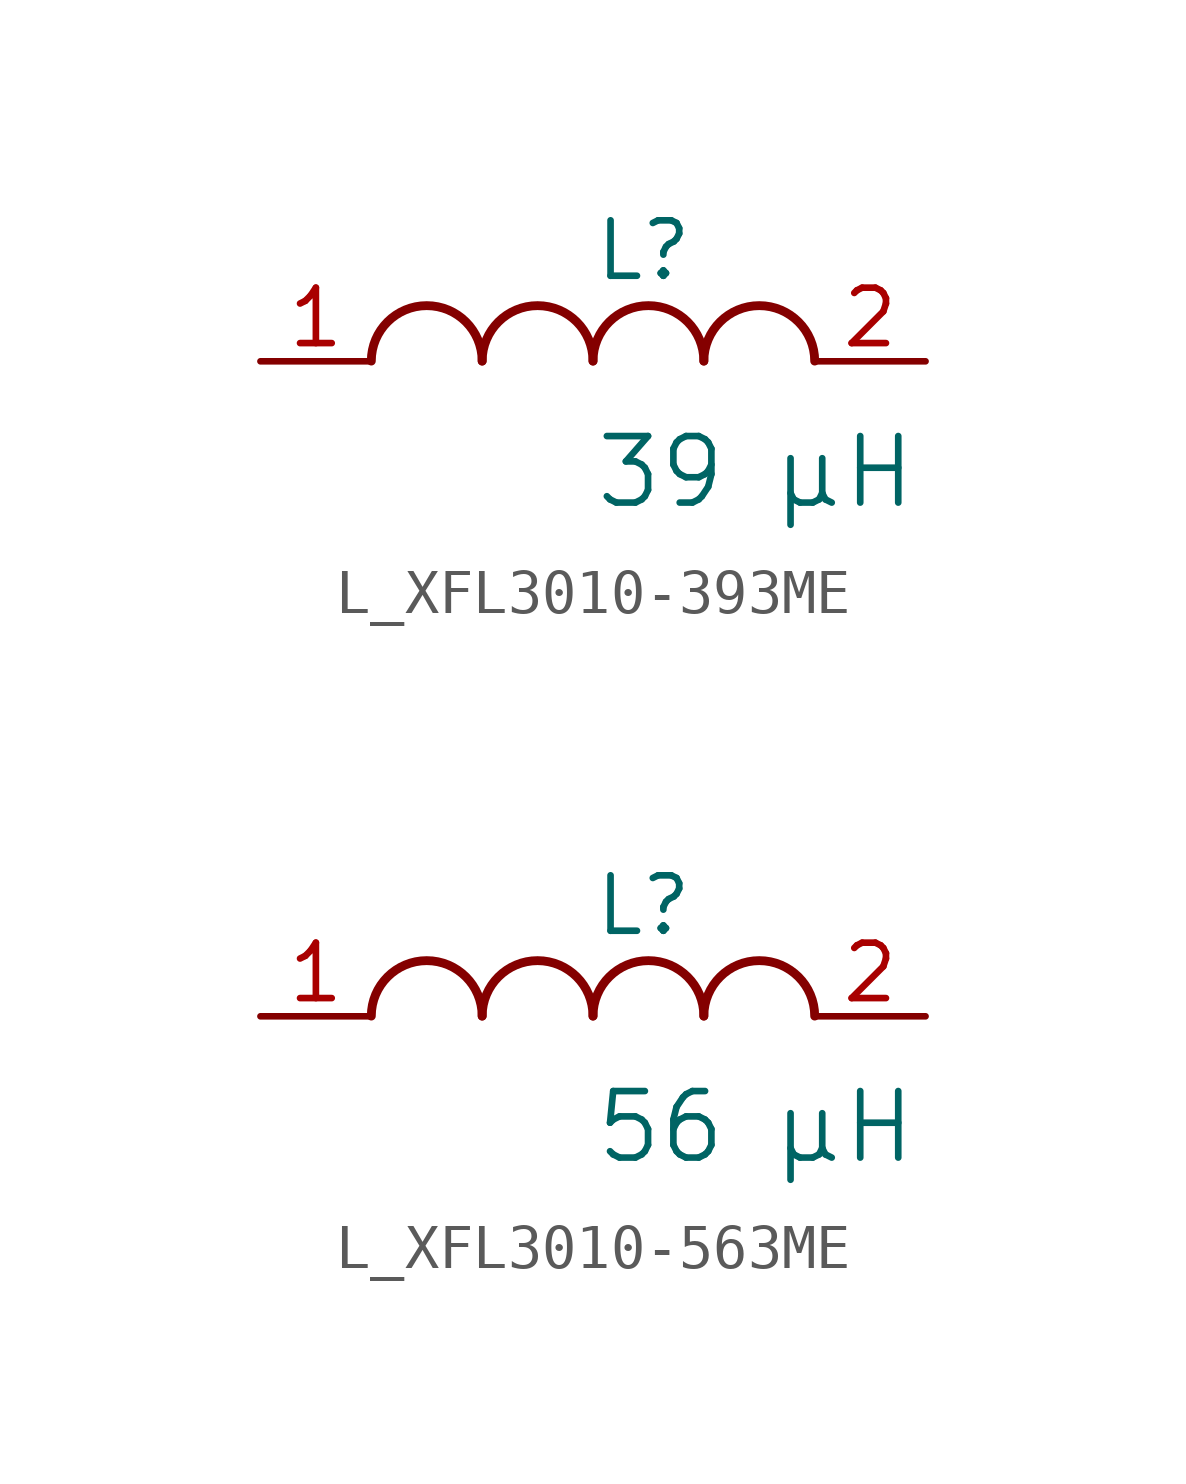
<source format=kicad_sym>
(kicad_symbol_lib
  (version 20231120)
  (generator "kicad_symbol_editor")
  (generator_version "8.0")
  (symbol "L_XFL3010-393ME"
    (pin_names
      (offset 0.254))
    (property "Reference" "L"
      (at 0 2.54 0)
      (effects (font (size 1.27 1.27)) (justify left)))
    (property "Value" "39 µH"
      (at 0 -2.54 0)
      (effects (font (size 1.524 1.524)) (justify left)))
    (symbol "L_XFL3010-393ME_1_1"
      (arc (start -2.54 0.0056) (mid -3.81 1.27) (end -5.08 0.0056) (stroke (width 0.2032) (type default)) (fill (type none)))
      (arc (start 0 0.0056) (mid -1.27 1.27) (end -2.54 0.0056) (stroke (width 0.2032) (type default)) (fill (type none)))
      (arc (start 2.54 0.0056) (mid 1.27 1.27) (end 0 0.0056) (stroke (width 0.2032) (type default)) (fill (type none)))
      (arc (start 5.08 0.0056) (mid 3.81 1.27) (end 2.54 0.0056) (stroke (width 0.2032) (type default)) (fill (type none)))
      (pin unspecified line (at -7.62 0 0) (length 2.54) (name "" (effects (font (size 1.27 1.27)))) (number "1" (effects (font (size 1.27 1.27)))))
      (pin unspecified line (at 7.62 0 180) (length 2.54) (name "" (effects (font (size 1.27 1.27)))) (number "2" (effects (font (size 1.27 1.27)))))))
  (symbol "L_XFL3010-563ME"
    (pin_names
      (offset 0.254))
    (property "Reference" "L"
      (at 0 2.54 0)
      (effects (font (size 1.27 1.27)) (justify left)))
    (property "Value" "56 µH"
      (at 0 -2.54 0)
      (effects (font (size 1.524 1.524)) (justify left)))
    (symbol "L_XFL3010-563ME_1_1"
      (arc (start -2.54 0.0056) (mid -3.81 1.27) (end -5.08 0.0056) (stroke (width 0.2032) (type default)) (fill (type none)))
      (arc (start 0 0.0056) (mid -1.27 1.27) (end -2.54 0.0056) (stroke (width 0.2032) (type default)) (fill (type none)))
      (arc (start 2.54 0.0056) (mid 1.27 1.27) (end 0 0.0056) (stroke (width 0.2032) (type default)) (fill (type none)))
      (arc (start 5.08 0.0056) (mid 3.81 1.27) (end 2.54 0.0056) (stroke (width 0.2032) (type default)) (fill (type none)))
      (pin unspecified line (at -7.62 0 0) (length 2.54) (name "" (effects (font (size 1.27 1.27)))) (number "1" (effects (font (size 1.27 1.27)))))
      (pin unspecified line (at 7.62 0 180) (length 2.54) (name "" (effects (font (size 1.27 1.27)))) (number "2" (effects (font (size 1.27 1.27))))))))
</source>
